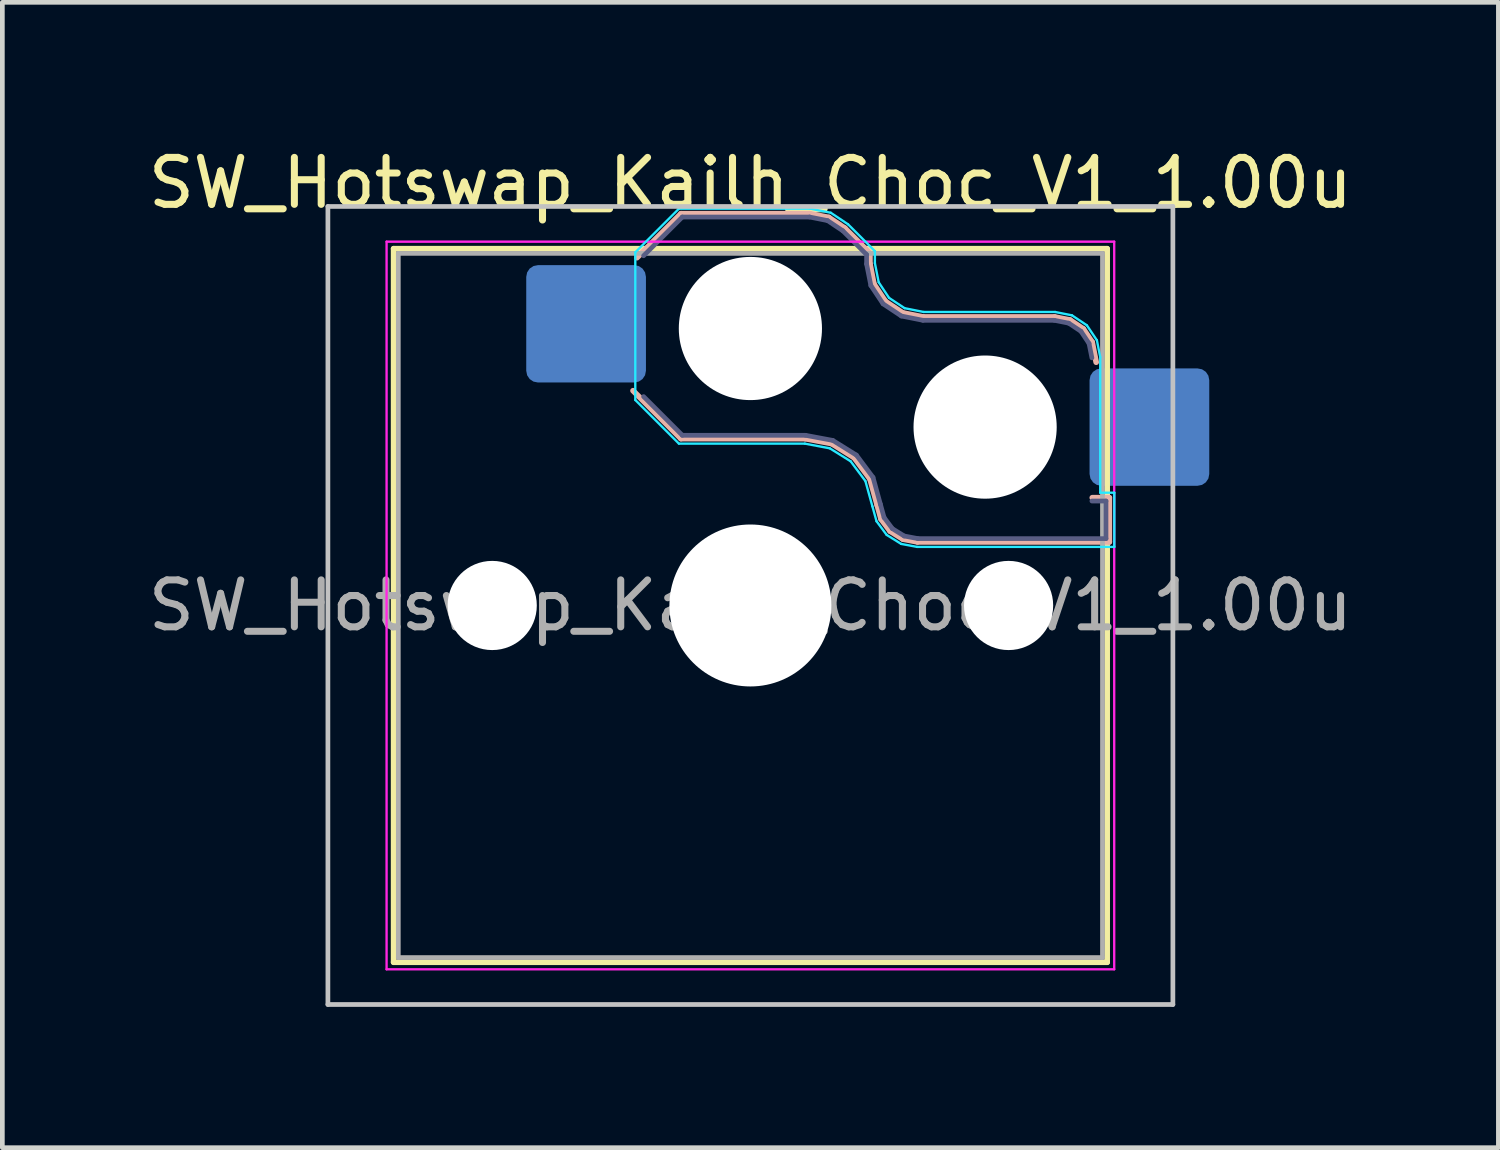
<source format=kicad_pcb>
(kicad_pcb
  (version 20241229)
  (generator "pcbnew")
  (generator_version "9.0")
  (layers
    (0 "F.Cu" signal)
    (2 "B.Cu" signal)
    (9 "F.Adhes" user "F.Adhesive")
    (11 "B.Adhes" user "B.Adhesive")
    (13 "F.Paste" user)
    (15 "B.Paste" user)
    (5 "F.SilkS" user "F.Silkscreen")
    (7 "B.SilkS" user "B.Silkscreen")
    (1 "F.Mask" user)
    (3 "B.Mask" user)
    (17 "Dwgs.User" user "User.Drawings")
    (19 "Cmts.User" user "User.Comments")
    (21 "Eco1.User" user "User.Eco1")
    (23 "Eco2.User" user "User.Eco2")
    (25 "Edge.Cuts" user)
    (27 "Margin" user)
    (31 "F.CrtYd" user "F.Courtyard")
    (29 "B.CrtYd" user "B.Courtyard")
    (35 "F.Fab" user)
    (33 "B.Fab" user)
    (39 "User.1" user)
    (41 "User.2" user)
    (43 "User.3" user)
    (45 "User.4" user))
  (footprint "SW_Hotswap_Kailh_Choc_V1_1.00u"
    (layer "F.Cu")
    (at 12.935 9.848)
    (property "Reference" "SW_Hotswap_Kailh_Choc_V1_1.00u" (at 0 -9 0) (layer "F.SilkS") (effects (font (size 1 1) (thickness 0.15))))
    (attr smd)
    (fp_line (start -7.6 -7.6) (end -7.6 7.6) (stroke (width 0.12) (type solid)) (layer "F.SilkS"))
    (fp_line (start -7.6 7.6) (end 7.6 7.6) (stroke (width 0.12) (type solid)) (layer "F.SilkS"))
    (fp_line (start 7.6 -7.6) (end -7.6 -7.6) (stroke (width 0.12) (type solid)) (layer "F.SilkS"))
    (fp_line (start 7.6 7.6) (end 7.6 -7.6) (stroke (width 0.12) (type solid)) (layer "F.SilkS"))
    (fp_line (start -2.416 -7.409) (end -1.479 -8.346) (stroke (width 0.12) (type solid)) (layer "B.SilkS"))
    (fp_line (start -1.479 -8.346) (end 1.268 -8.346) (stroke (width 0.12) (type solid)) (layer "B.SilkS"))
    (fp_line (start -1.479 -3.554) (end -2.5 -4.575) (stroke (width 0.12) (type solid)) (layer "B.SilkS"))
    (fp_line (start 1.168 -3.554) (end -1.479 -3.554) (stroke (width 0.12) (type solid)) (layer "B.SilkS"))
    (fp_line (start 1.268 -8.346) (end 1.671 -8.266) (stroke (width 0.12) (type solid)) (layer "B.SilkS"))
    (fp_line (start 1.671 -8.266) (end 2.013 -8.037) (stroke (width 0.12) (type solid)) (layer "B.SilkS"))
    (fp_line (start 1.73 -3.449) (end 1.168 -3.554) (stroke (width 0.12) (type solid)) (layer "B.SilkS"))
    (fp_line (start 2.013 -8.037) (end 2.546 -7.504) (stroke (width 0.12) (type solid)) (layer "B.SilkS"))
    (fp_line (start 2.209 -3.15) (end 1.73 -3.449) (stroke (width 0.12) (type solid)) (layer "B.SilkS"))
    (fp_line (start 2.546 -7.504) (end 2.546 -7.282) (stroke (width 0.12) (type solid)) (layer "B.SilkS"))
    (fp_line (start 2.546 -7.282) (end 2.633 -6.844) (stroke (width 0.12) (type solid)) (layer "B.SilkS"))
    (fp_line (start 2.547 -2.697) (end 2.209 -3.15) (stroke (width 0.12) (type solid)) (layer "B.SilkS"))
    (fp_line (start 2.633 -6.844) (end 2.877 -6.477) (stroke (width 0.12) (type solid)) (layer "B.SilkS"))
    (fp_line (start 2.701 -2.139) (end 2.547 -2.697) (stroke (width 0.12) (type solid)) (layer "B.SilkS"))
    (fp_line (start 2.783 -1.841) (end 2.701 -2.139) (stroke (width 0.12) (type solid)) (layer "B.SilkS"))
    (fp_line (start 2.877 -6.477) (end 3.244 -6.233) (stroke (width 0.12) (type solid)) (layer "B.SilkS"))
    (fp_line (start 2.976 -1.583) (end 2.783 -1.841) (stroke (width 0.12) (type solid)) (layer "B.SilkS"))
    (fp_line (start 3.244 -6.233) (end 3.682 -6.146) (stroke (width 0.12) (type solid)) (layer "B.SilkS"))
    (fp_line (start 3.25 -1.413) (end 2.976 -1.583) (stroke (width 0.12) (type solid)) (layer "B.SilkS"))
    (fp_line (start 3.56 -1.354) (end 3.25 -1.413) (stroke (width 0.12) (type solid)) (layer "B.SilkS"))
    (fp_line (start 3.682 -6.146) (end 6.482 -6.146) (stroke (width 0.12) (type solid)) (layer "B.SilkS"))
    (fp_line (start 6.482 -6.146) (end 6.809 -6.081) (stroke (width 0.12) (type solid)) (layer "B.SilkS"))
    (fp_line (start 6.809 -6.081) (end 7.092 -5.892) (stroke (width 0.12) (type solid)) (layer "B.SilkS"))
    (fp_line (start 7.092 -5.892) (end 7.281 -5.609) (stroke (width 0.12) (type solid)) (layer "B.SilkS"))
    (fp_line (start 7.281 -5.609) (end 7.366 -5.182) (stroke (width 0.12) (type solid)) (layer "B.SilkS"))
    (fp_line (start 7.283 -2.296) (end 7.646 -2.296) (stroke (width 0.12) (type solid)) (layer "B.SilkS"))
    (fp_line (start 7.646 -2.296) (end 7.646 -1.354) (stroke (width 0.12) (type solid)) (layer "B.SilkS"))
    (fp_line (start 7.646 -1.354) (end 3.56 -1.354) (stroke (width 0.12) (type solid)) (layer "B.SilkS"))
    (fp_line (start -9 -8.5) (end -9 8.5) (stroke (width 0.1) (type solid)) (layer "Dwgs.User"))
    (fp_line (start -9 8.5) (end 9 8.5) (stroke (width 0.1) (type solid)) (layer "Dwgs.User"))
    (fp_line (start 9 -8.5) (end -9 -8.5) (stroke (width 0.1) (type solid)) (layer "Dwgs.User"))
    (fp_line (start 9 8.5) (end 9 -8.5) (stroke (width 0.1) (type solid)) (layer "Dwgs.User"))
    (fp_line (start -7.25 -7.25) (end -7.25 7.25) (stroke (width 0.1) (type solid)) (layer "Eco1.User"))
    (fp_line (start -7.25 7.25) (end 7.25 7.25) (stroke (width 0.1) (type solid)) (layer "Eco1.User"))
    (fp_line (start 7.25 -7.25) (end -7.25 -7.25) (stroke (width 0.1) (type solid)) (layer "Eco1.User"))
    (fp_line (start 7.25 7.25) (end 7.25 -7.25) (stroke (width 0.1) (type solid)) (layer "Eco1.User"))
    (fp_line (start -2.452 -7.523) (end -1.523 -8.452) (stroke (width 0.05) (type solid)) (layer "B.CrtYd"))
    (fp_line (start -2.452 -4.377) (end -2.452 -7.523) (stroke (width 0.05) (type solid)) (layer "B.CrtYd"))
    (fp_line (start -1.523 -8.452) (end 1.278 -8.452) (stroke (width 0.05) (type solid)) (layer "B.CrtYd"))
    (fp_line (start -1.523 -3.448) (end -2.452 -4.377) (stroke (width 0.05) (type solid)) (layer "B.CrtYd"))
    (fp_line (start 1.159 -3.448) (end -1.523 -3.448) (stroke (width 0.05) (type solid)) (layer "B.CrtYd"))
    (fp_line (start 1.278 -8.452) (end 1.712 -8.366) (stroke (width 0.05) (type solid)) (layer "B.CrtYd"))
    (fp_line (start 1.691 -3.348) (end 1.159 -3.448) (stroke (width 0.05) (type solid)) (layer "B.CrtYd"))
    (fp_line (start 1.712 -8.366) (end 2.081 -8.119) (stroke (width 0.05) (type solid)) (layer "B.CrtYd"))
    (fp_line (start 2.081 -8.119) (end 2.652 -7.548) (stroke (width 0.05) (type solid)) (layer "B.CrtYd"))
    (fp_line (start 2.136 -3.071) (end 1.691 -3.348) (stroke (width 0.05) (type solid)) (layer "B.CrtYd"))
    (fp_line (start 2.45 -2.65) (end 2.136 -3.071) (stroke (width 0.05) (type solid)) (layer "B.CrtYd"))
    (fp_line (start 2.599 -2.111) (end 2.45 -2.65) (stroke (width 0.05) (type solid)) (layer "B.CrtYd"))
    (fp_line (start 2.652 -7.548) (end 2.652 -7.292) (stroke (width 0.05) (type solid)) (layer "B.CrtYd"))
    (fp_line (start 2.652 -7.292) (end 2.733 -6.885) (stroke (width 0.05) (type solid)) (layer "B.CrtYd"))
    (fp_line (start 2.687 -1.794) (end 2.599 -2.111) (stroke (width 0.05) (type solid)) (layer "B.CrtYd"))
    (fp_line (start 2.733 -6.885) (end 2.953 -6.553) (stroke (width 0.05) (type solid)) (layer "B.CrtYd"))
    (fp_line (start 2.903 -1.503) (end 2.687 -1.794) (stroke (width 0.05) (type solid)) (layer "B.CrtYd"))
    (fp_line (start 2.953 -6.553) (end 3.285 -6.333) (stroke (width 0.05) (type solid)) (layer "B.CrtYd"))
    (fp_line (start 3.211 -1.312) (end 2.903 -1.503) (stroke (width 0.05) (type solid)) (layer "B.CrtYd"))
    (fp_line (start 3.285 -6.333) (end 3.692 -6.252) (stroke (width 0.05) (type solid)) (layer "B.CrtYd"))
    (fp_line (start 3.55 -1.248) (end 3.211 -1.312) (stroke (width 0.05) (type solid)) (layer "B.CrtYd"))
    (fp_line (start 3.692 -6.252) (end 6.492 -6.252) (stroke (width 0.05) (type solid)) (layer "B.CrtYd"))
    (fp_line (start 6.492 -6.252) (end 6.85 -6.181) (stroke (width 0.05) (type solid)) (layer "B.CrtYd"))
    (fp_line (start 6.85 -6.181) (end 7.168 -5.968) (stroke (width 0.05) (type solid)) (layer "B.CrtYd"))
    (fp_line (start 7.168 -5.968) (end 7.381 -5.65) (stroke (width 0.05) (type solid)) (layer "B.CrtYd"))
    (fp_line (start 7.381 -5.65) (end 7.452 -5.292) (stroke (width 0.05) (type solid)) (layer "B.CrtYd"))
    (fp_line (start 7.452 -5.292) (end 7.452 -2.402) (stroke (width 0.05) (type solid)) (layer "B.CrtYd"))
    (fp_line (start 7.452 -2.402) (end 7.752 -2.402) (stroke (width 0.05) (type solid)) (layer "B.CrtYd"))
    (fp_line (start 7.752 -2.402) (end 7.752 -1.248) (stroke (width 0.05) (type solid)) (layer "B.CrtYd"))
    (fp_line (start 7.752 -1.248) (end 3.55 -1.248) (stroke (width 0.05) (type solid)) (layer "B.CrtYd"))
    (fp_line (start -7.75 -7.75) (end -7.75 7.75) (stroke (width 0.05) (type solid)) (layer "F.CrtYd"))
    (fp_line (start -7.75 7.75) (end 7.75 7.75) (stroke (width 0.05) (type solid)) (layer "F.CrtYd"))
    (fp_line (start 7.75 -7.75) (end -7.75 -7.75) (stroke (width 0.05) (type solid)) (layer "F.CrtYd"))
    (fp_line (start 7.75 7.75) (end 7.75 -7.75) (stroke (width 0.05) (type solid)) (layer "F.CrtYd"))
    (fp_line (start -2.275 -7.45) (end -1.45 -8.275) (stroke (width 0.1) (type solid)) (layer "B.Fab"))
    (fp_line (start -1.45 -8.275) (end 1.261 -8.275) (stroke (width 0.1) (type solid)) (layer "B.Fab"))
    (fp_line (start -1.45 -3.625) (end -2.275 -4.45) (stroke (width 0.1) (type solid)) (layer "B.Fab"))
    (fp_line (start 1.175 -3.625) (end -1.45 -3.625) (stroke (width 0.1) (type solid)) (layer "B.Fab"))
    (fp_line (start 1.261 -8.275) (end 1.643 -8.199) (stroke (width 0.1) (type solid)) (layer "B.Fab"))
    (fp_line (start 1.643 -8.199) (end 1.968 -7.982) (stroke (width 0.1) (type solid)) (layer "B.Fab"))
    (fp_line (start 1.756 -3.516) (end 1.175 -3.625) (stroke (width 0.1) (type solid)) (layer "B.Fab"))
    (fp_line (start 1.968 -7.982) (end 2.475 -7.475) (stroke (width 0.1) (type solid)) (layer "B.Fab"))
    (fp_line (start 2.258 -3.203) (end 1.756 -3.516) (stroke (width 0.1) (type solid)) (layer "B.Fab"))
    (fp_line (start 2.475 -7.475) (end 2.475 -7.275) (stroke (width 0.1) (type solid)) (layer "B.Fab"))
    (fp_line (start 2.475 -7.275) (end 2.566 -6.816) (stroke (width 0.1) (type solid)) (layer "B.Fab"))
    (fp_line (start 2.566 -6.816) (end 2.826 -6.426) (stroke (width 0.1) (type solid)) (layer "B.Fab"))
    (fp_line (start 2.612 -2.729) (end 2.258 -3.203) (stroke (width 0.1) (type solid)) (layer "B.Fab"))
    (fp_line (start 2.769 -2.158) (end 2.612 -2.729) (stroke (width 0.1) (type solid)) (layer "B.Fab"))
    (fp_line (start 2.826 -6.426) (end 3.216 -6.166) (stroke (width 0.1) (type solid)) (layer "B.Fab"))
    (fp_line (start 2.848 -1.873) (end 2.769 -2.158) (stroke (width 0.1) (type solid)) (layer "B.Fab"))
    (fp_line (start 3.025 -1.636) (end 2.848 -1.873) (stroke (width 0.1) (type solid)) (layer "B.Fab"))
    (fp_line (start 3.216 -6.166) (end 3.675 -6.075) (stroke (width 0.1) (type solid)) (layer "B.Fab"))
    (fp_line (start 3.276 -1.48) (end 3.025 -1.636) (stroke (width 0.1) (type solid)) (layer "B.Fab"))
    (fp_line (start 3.567 -1.425) (end 3.276 -1.48) (stroke (width 0.1) (type solid)) (layer "B.Fab"))
    (fp_line (start 3.675 -6.075) (end 6.475 -6.075) (stroke (width 0.1) (type solid)) (layer "B.Fab"))
    (fp_line (start 6.475 -6.075) (end 6.781 -6.014) (stroke (width 0.1) (type solid)) (layer "B.Fab"))
    (fp_line (start 6.781 -6.014) (end 7.041 -5.841) (stroke (width 0.1) (type solid)) (layer "B.Fab"))
    (fp_line (start 7.041 -5.841) (end 7.214 -5.581) (stroke (width 0.1) (type solid)) (layer "B.Fab"))
    (fp_line (start 7.214 -5.581) (end 7.275 -5.275) (stroke (width 0.1) (type solid)) (layer "B.Fab"))
    (fp_line (start 7.275 -2.225) (end 7.575 -2.225) (stroke (width 0.1) (type solid)) (layer "B.Fab"))
    (fp_line (start 7.575 -2.225) (end 7.575 -1.425) (stroke (width 0.1) (type solid)) (layer "B.Fab"))
    (fp_line (start 7.575 -1.425) (end 3.567 -1.425) (stroke (width 0.1) (type solid)) (layer "B.Fab"))
    (fp_line (start -7.5 -7.5) (end -7.5 7.5) (stroke (width 0.1) (type solid)) (layer "F.Fab"))
    (fp_line (start -7.5 7.5) (end 7.5 7.5) (stroke (width 0.1) (type solid)) (layer "F.Fab"))
    (fp_line (start 7.5 -7.5) (end -7.5 -7.5) (stroke (width 0.1) (type solid)) (layer "F.Fab"))
    (fp_line (start 7.5 7.5) (end 7.5 -7.5) (stroke (width 0.1) (type solid)) (layer "F.Fab"))
    (fp_text user "${REFERENCE}" (at 0 0 0) (layer "F.Fab") (effects (font (size 1 1) (thickness 0.15))))
    (pad "" np_thru_hole circle (at -5.5 0) (size 1.9 1.9) (drill 1.9) (layers "*.Cu" "*.Mask"))
    (pad "" np_thru_hole circle (at 0 -5.9) (size 3.05 3.05) (drill 3.05) (layers "*.Cu" "*.Mask"))
    (pad "" np_thru_hole circle (at 0 0) (size 3.45 3.45) (drill 3.45) (layers "*.Cu" "*.Mask"))
    (pad "" np_thru_hole circle (at 5 -3.8) (size 3.05 3.05) (drill 3.05) (layers "*.Cu" "*.Mask"))
    (pad "" np_thru_hole circle (at 5.5 0) (size 1.9 1.9) (drill 1.9) (layers "*.Cu" "*.Mask"))
    (pad "1" smd roundrect (at -3.5 -6) (size 2.55 2.5) (layers "B.Cu" "B.Mask" "B.Paste") (roundrect_rratio 0.1))
    (pad "2" smd roundrect (at 8.5 -3.8) (size 2.55 2.5) (layers "B.Cu" "B.Mask" "B.Paste") (roundrect_rratio 0.1)))
  (gr_rect
    (start -3 -3)
    (end 28.869 21.398)
    (stroke (width 0.1) (type default))
    (fill no)
    (layer "Edge.Cuts")))
</source>
